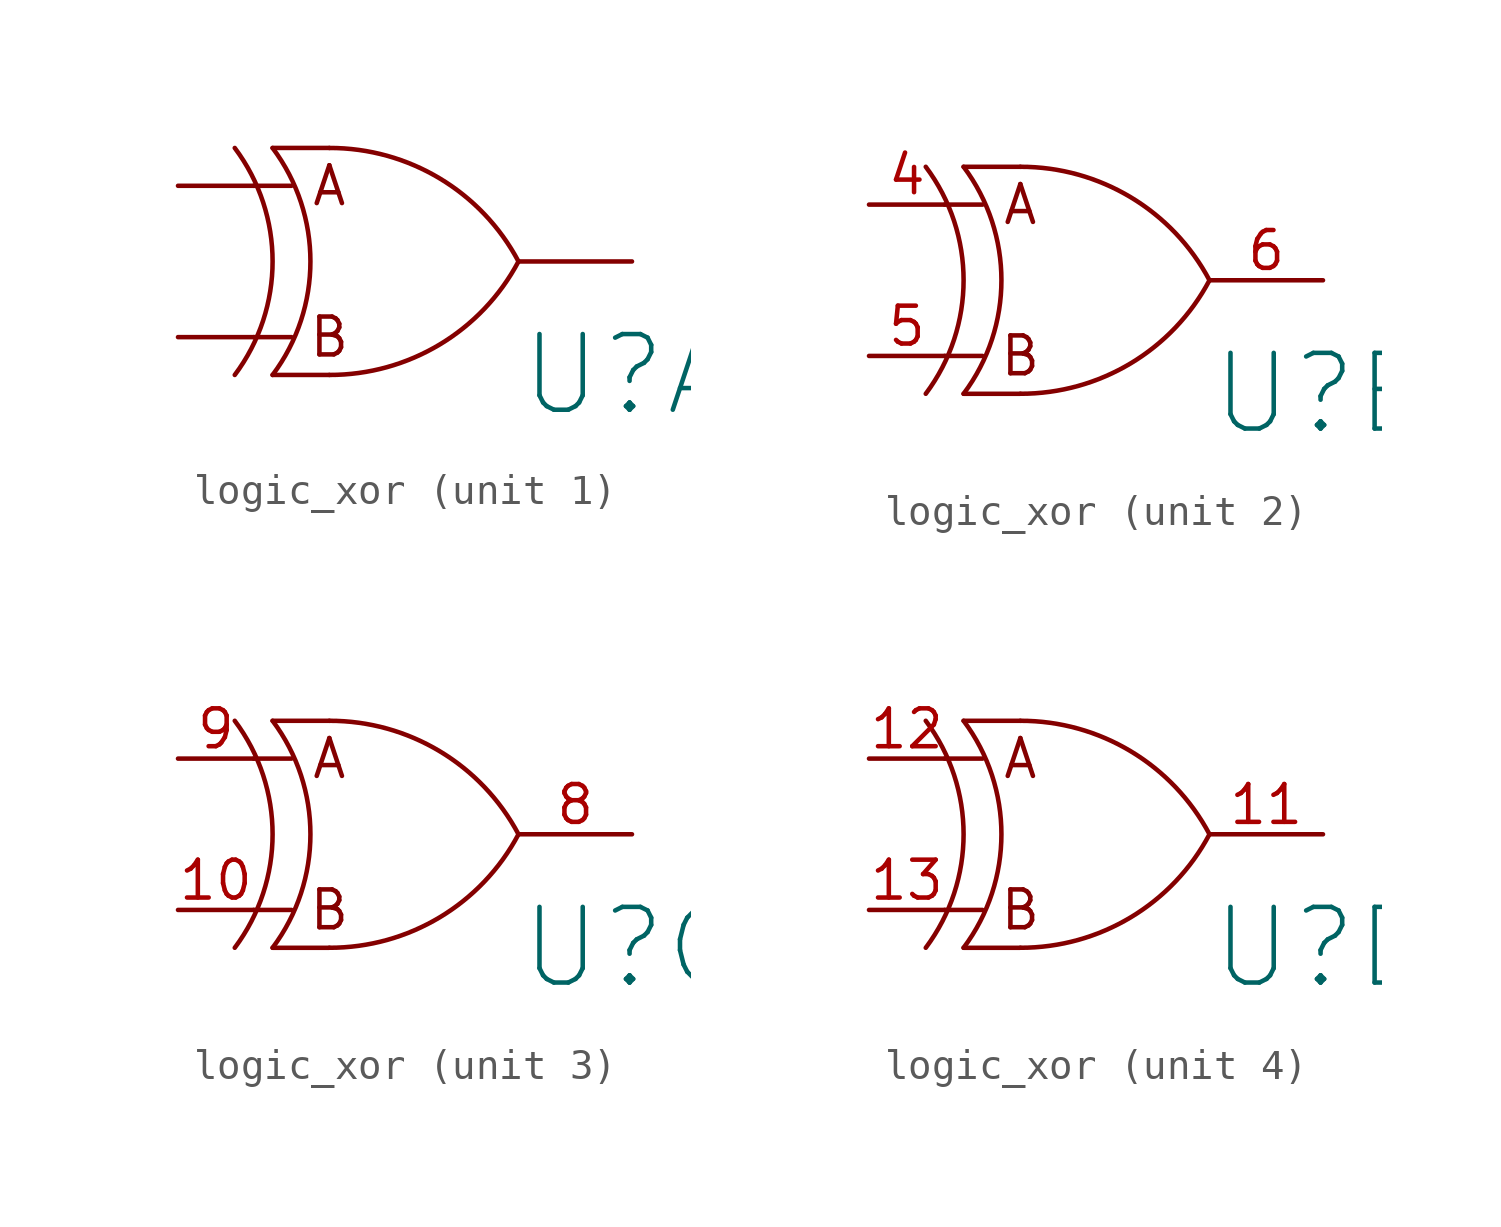
<source format=kicad_sym>
(kicad_symbol_lib
  (version 20231120)
  (generator "kicad_symbol_editor")
  (generator_version "8.0")
  (symbol "logic_xor"
    (pin_names
      (offset 1.016))
    (property "Reference" "U"
      (at 11.43 -6.35 0)
      (effects (font (size 2.54 2.54)) (justify left)))
    (symbol "logic_xor_0_0"
      (text "A" (at 5.08 0 0) (effects (font (size 1.27 1.27))))
      (text "B" (at 5.08 -5.08 0) (effects (font (size 1.27 1.27)))))
    (symbol "logic_xor_0_1"
      (polyline (pts (xy 3.175 -6.35) (xy 5.08 -6.35)) (stroke (width 0) (type default)) (fill (type none)))
      (polyline (pts (xy 3.175 1.27) (xy 5.08 1.27)) (stroke (width 0) (type default)) (fill (type none)))
      (polyline (pts (xy 3.81 -5.08) (xy 2.54 -5.08)) (stroke (width 0) (type default)) (fill (type none)))
      (polyline (pts (xy 3.81 0) (xy 2.54 0)) (stroke (width 0) (type default)) (fill (type none)))
      (arc (start 1.905 -6.35) (mid 3.175 -2.54) (end 1.905 1.27) (stroke (width 0) (type default)) (fill (type none)))
      (arc (start 3.175 -6.35) (mid 4.445 -2.54) (end 3.175 1.27) (stroke (width 0) (type default)) (fill (type none)))
      (arc (start 5.08 -6.35) (mid 8.784 -5.3291) (end 11.43 -2.54) (stroke (width 0) (type default)) (fill (type none)))
      (arc (start 11.43 -2.54) (mid 8.7865 0.2471) (end 5.08 1.27) (stroke (width 0) (type default)) (fill (type none))))
    (symbol "logic_xor_1_1"
      (pin input line (at 0 -5.08 0) (length 2.54) (name "" (effects (font (size 1.27 1.27)))) (number "" (effects (font (size 1.27 1.27)))))
      (pin input line (at 0 0 0) (length 2.54) (name "" (effects (font (size 1.27 1.27)))) (number "" (effects (font (size 1.27 1.27)))))
      (pin output line (at 15.24 -2.54 180) (length 3.81) (name "" (effects (font (size 1.27 1.27)))) (number "" (effects (font (size 1.27 1.27))))))
    (symbol "logic_xor_2_1"
      (pin input line (at 0 0 0) (length 2.54) (name "" (effects (font (size 1.27 1.27)))) (number "4" (effects (font (size 1.27 1.27)))))
      (pin input line (at 0 -5.08 0) (length 2.54) (name "" (effects (font (size 1.27 1.27)))) (number "5" (effects (font (size 1.27 1.27)))))
      (pin output line (at 15.24 -2.54 180) (length 3.81) (name "" (effects (font (size 1.27 1.27)))) (number "6" (effects (font (size 1.27 1.27))))))
    (symbol "logic_xor_3_1"
      (pin input line (at 0 -5.08 0) (length 2.54) (name "" (effects (font (size 1.27 1.27)))) (number "10" (effects (font (size 1.27 1.27)))))
      (pin output line (at 15.24 -2.54 180) (length 3.81) (name "" (effects (font (size 1.27 1.27)))) (number "8" (effects (font (size 1.27 1.27)))))
      (pin input line (at 0 0 0) (length 2.54) (name "" (effects (font (size 1.27 1.27)))) (number "9" (effects (font (size 1.27 1.27))))))
    (symbol "logic_xor_4_1"
      (pin output line (at 15.24 -2.54 180) (length 3.81) (name "" (effects (font (size 1.27 1.27)))) (number "11" (effects (font (size 1.27 1.27)))))
      (pin input line (at 0 0 0) (length 2.54) (name "" (effects (font (size 1.27 1.27)))) (number "12" (effects (font (size 1.27 1.27)))))
      (pin input line (at 0 -5.08 0) (length 2.54) (name "" (effects (font (size 1.27 1.27)))) (number "13" (effects (font (size 1.27 1.27))))))))
</source>
